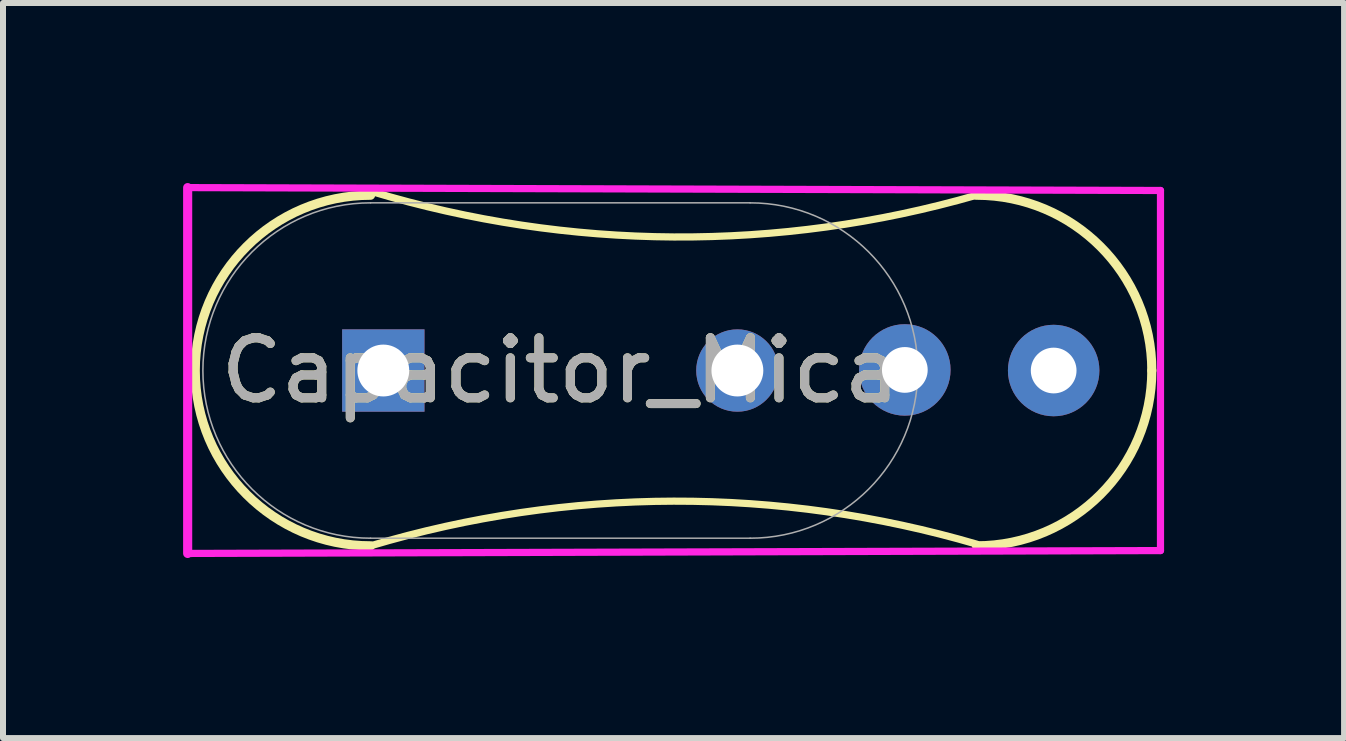
<source format=kicad_pcb>
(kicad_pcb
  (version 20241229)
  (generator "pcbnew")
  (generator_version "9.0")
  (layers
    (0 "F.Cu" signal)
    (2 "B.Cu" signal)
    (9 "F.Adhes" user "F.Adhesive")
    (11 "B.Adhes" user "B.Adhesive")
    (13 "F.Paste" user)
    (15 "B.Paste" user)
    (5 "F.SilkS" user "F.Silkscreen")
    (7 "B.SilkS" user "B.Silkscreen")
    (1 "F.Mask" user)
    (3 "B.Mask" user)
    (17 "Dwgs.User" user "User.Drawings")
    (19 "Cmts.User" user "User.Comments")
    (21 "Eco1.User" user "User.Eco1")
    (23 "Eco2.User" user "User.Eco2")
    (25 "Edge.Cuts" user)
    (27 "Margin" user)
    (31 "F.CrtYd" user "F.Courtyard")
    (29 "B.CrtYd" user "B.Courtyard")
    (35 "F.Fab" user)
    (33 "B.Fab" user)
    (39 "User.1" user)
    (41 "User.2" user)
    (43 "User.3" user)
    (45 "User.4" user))
  (footprint "Capacitor_Mica"
    (layer "F.Cu")
    (at 6.287 3.124)
    (property "Reference" "Capacitor_Mica" (at 0 0 0) (unlocked yes) (layer "F.SilkS") (effects (font (size 1 1) (thickness 0.15))))
    (attr through_hole)
    (fp_arc (start -3.1623 2.921) (mid -6.0833 0) (end -3.1623 -2.921) (stroke (width 0.1524) (type solid)) (layer "F.SilkS"))
    (fp_arc (start -3.1623 2.921001) (mid 1.888078 2.176711) (end 6.942282 2.894559) (stroke (width 0.12) (type default)) (layer "F.SilkS"))
    (fp_arc (start 6.934541 -2.921) (mid 1.890954 -2.225321) (end -3.143751 -2.982603) (stroke (width 0.12) (type default)) (layer "F.SilkS"))
    (fp_arc (start 6.934541 -2.921) (mid 9 -2.065459) (end 9.855541 0) (stroke (width 0.1524) (type solid)) (layer "F.SilkS"))
    (fp_arc (start 9.855541 0) (mid 9 2.065459) (end 6.934541 2.921) (stroke (width 0.1524) (type solid)) (layer "F.SilkS"))
    (fp_line (start -6.21 -3.048) (end 10 -3) (stroke (width 0.12) (type default)) (layer "F.CrtYd"))
    (fp_line (start -6.21 3.048) (end -6.21 -3.048) (stroke (width 0.152) (type solid)) (layer "F.CrtYd"))
    (fp_line (start 10 -3) (end 10 3) (stroke (width 0.12) (type default)) (layer "F.CrtYd"))
    (fp_line (start 10 3) (end -6.21 3.048) (stroke (width 0.12) (type default)) (layer "F.CrtYd"))
    (fp_line (start -3.162 -2.794) (end 3.162 -2.794) (stroke (width 0.025) (type solid)) (layer "F.Fab"))
    (fp_line (start -3.162 2.794) (end 3.162 2.794) (stroke (width 0.025) (type solid)) (layer "F.Fab"))
    (fp_arc (start -3.1623 2.794) (mid -5.9563 0) (end -3.1623 -2.794) (stroke (width 0.0254) (type solid)) (layer "F.Fab"))
    (fp_arc (start 3.1623 -2.794) (mid 5.9563 0) (end 3.1623 2.794) (stroke (width 0.0254) (type solid)) (layer "F.Fab"))
    (fp_text user "${REFERENCE}" (at 0 0 0) (unlocked yes) (layer "F.Fab") (effects (font (size 1 1) (thickness 0.15))))
    (pad "1" thru_hole rect (at -2.95 0) (size 1.372 1.372) (drill 0.864) (layers "*.Cu" "*.Mask"))
    (pad "2" thru_hole circle (at 2.95 0) (size 1.372 1.372) (drill 0.864) (layers "*.Cu" "*.Mask"))
    (pad "2" thru_hole circle (at 5.74 -0.01) (size 1.524 1.524) (drill 0.762) (layers "*.Cu" "*.Mask"))
    (pad "2" thru_hole circle (at 8.22 0) (size 1.524 1.524) (drill 0.762) (layers "*.Cu" "*.Mask")))
  (gr_rect
    (start -3 -3)
    (end 19.346 9.248)
    (stroke (width 0.1) (type default))
    (fill no)
    (layer "Edge.Cuts")))
</source>
